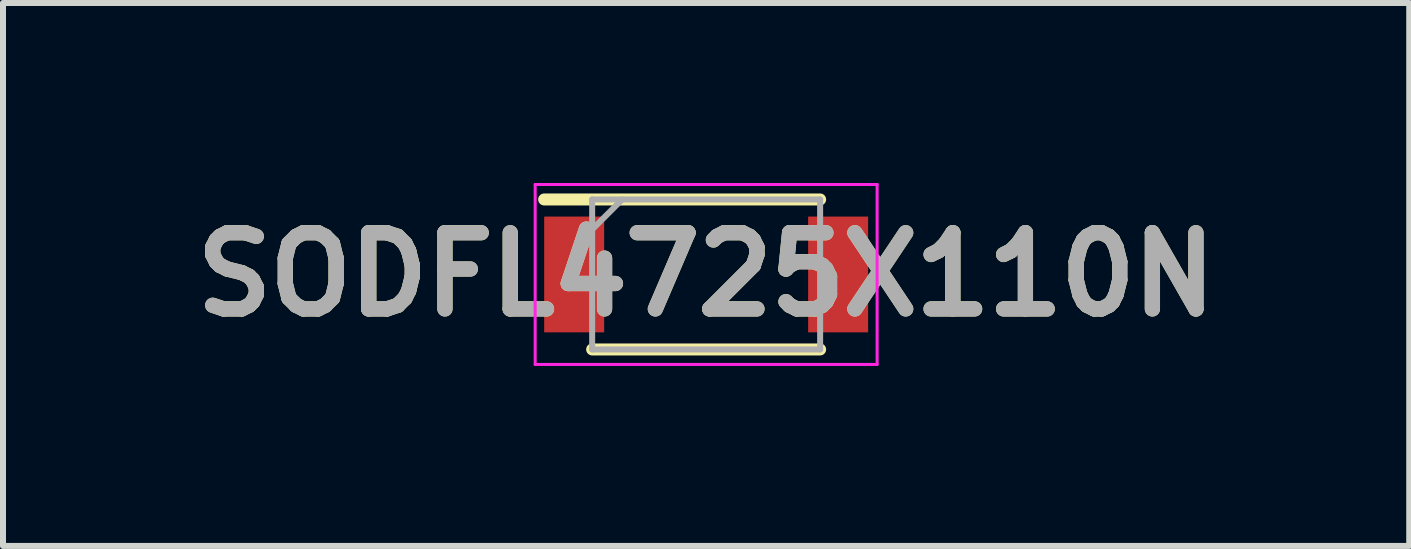
<source format=kicad_pcb>
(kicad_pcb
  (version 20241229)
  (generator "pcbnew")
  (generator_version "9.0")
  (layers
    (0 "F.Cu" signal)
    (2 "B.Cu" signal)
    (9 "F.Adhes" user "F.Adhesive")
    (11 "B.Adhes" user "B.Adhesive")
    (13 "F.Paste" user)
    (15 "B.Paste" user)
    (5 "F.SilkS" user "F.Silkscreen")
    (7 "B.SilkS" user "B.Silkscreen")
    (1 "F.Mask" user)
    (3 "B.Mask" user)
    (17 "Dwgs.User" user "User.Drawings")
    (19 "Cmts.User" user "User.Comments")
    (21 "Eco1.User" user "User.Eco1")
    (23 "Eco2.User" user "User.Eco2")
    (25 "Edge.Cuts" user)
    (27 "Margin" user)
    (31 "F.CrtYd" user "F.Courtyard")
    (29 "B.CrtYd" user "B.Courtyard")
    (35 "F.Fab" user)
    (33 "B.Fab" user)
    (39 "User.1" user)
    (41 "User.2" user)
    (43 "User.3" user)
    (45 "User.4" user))
  (footprint "SODFL4725X110N"
    (layer "F.Cu")
    (at 8.721 1.525)
    (property "Reference" "SODFL4725X110N" (at 0 0 0) (layer "F.SilkS") (effects (font (size 1.27 1.27) (thickness 0.254))))
    (attr smd)
    (fp_line (start -2.7 -1.25) (end 1.9 -1.25) (stroke (width 0.2) (type solid)) (layer "F.SilkS"))
    (fp_line (start -1.9 1.25) (end 1.9 1.25) (stroke (width 0.2) (type solid)) (layer "F.SilkS"))
    (fp_line (start -2.85 -1.5) (end 2.85 -1.5) (stroke (width 0.05) (type solid)) (layer "F.CrtYd"))
    (fp_line (start -2.85 1.5) (end -2.85 -1.5) (stroke (width 0.05) (type solid)) (layer "F.CrtYd"))
    (fp_line (start 2.85 -1.5) (end 2.85 1.5) (stroke (width 0.05) (type solid)) (layer "F.CrtYd"))
    (fp_line (start 2.85 1.5) (end -2.85 1.5) (stroke (width 0.05) (type solid)) (layer "F.CrtYd"))
    (fp_line (start -1.9 -1.25) (end 1.9 -1.25) (stroke (width 0.1) (type solid)) (layer "F.Fab"))
    (fp_line (start -1.9 -0.75) (end -1.4 -1.25) (stroke (width 0.1) (type solid)) (layer "F.Fab"))
    (fp_line (start -1.9 1.25) (end -1.9 -1.25) (stroke (width 0.1) (type solid)) (layer "F.Fab"))
    (fp_line (start 1.9 -1.25) (end 1.9 1.25) (stroke (width 0.1) (type solid)) (layer "F.Fab"))
    (fp_line (start 1.9 1.25) (end -1.9 1.25) (stroke (width 0.1) (type solid)) (layer "F.Fab"))
    (fp_text user "${REFERENCE}" (at 0 0 0) (layer "F.Fab") (effects (font (size 1.27 1.27) (thickness 0.254))))
    (pad "1" smd rect (at -2.2 0 90) (size 1.93 1) (layers "F.Cu" "F.Mask" "F.Paste"))
    (pad "2" smd rect (at 2.2 0 90) (size 1.93 1) (layers "F.Cu" "F.Mask" "F.Paste")))
  (gr_rect
    (start -3 -3)
    (end 20.441 6.05)
    (stroke (width 0.1) (type default))
    (fill no)
    (layer "Edge.Cuts")))
</source>
